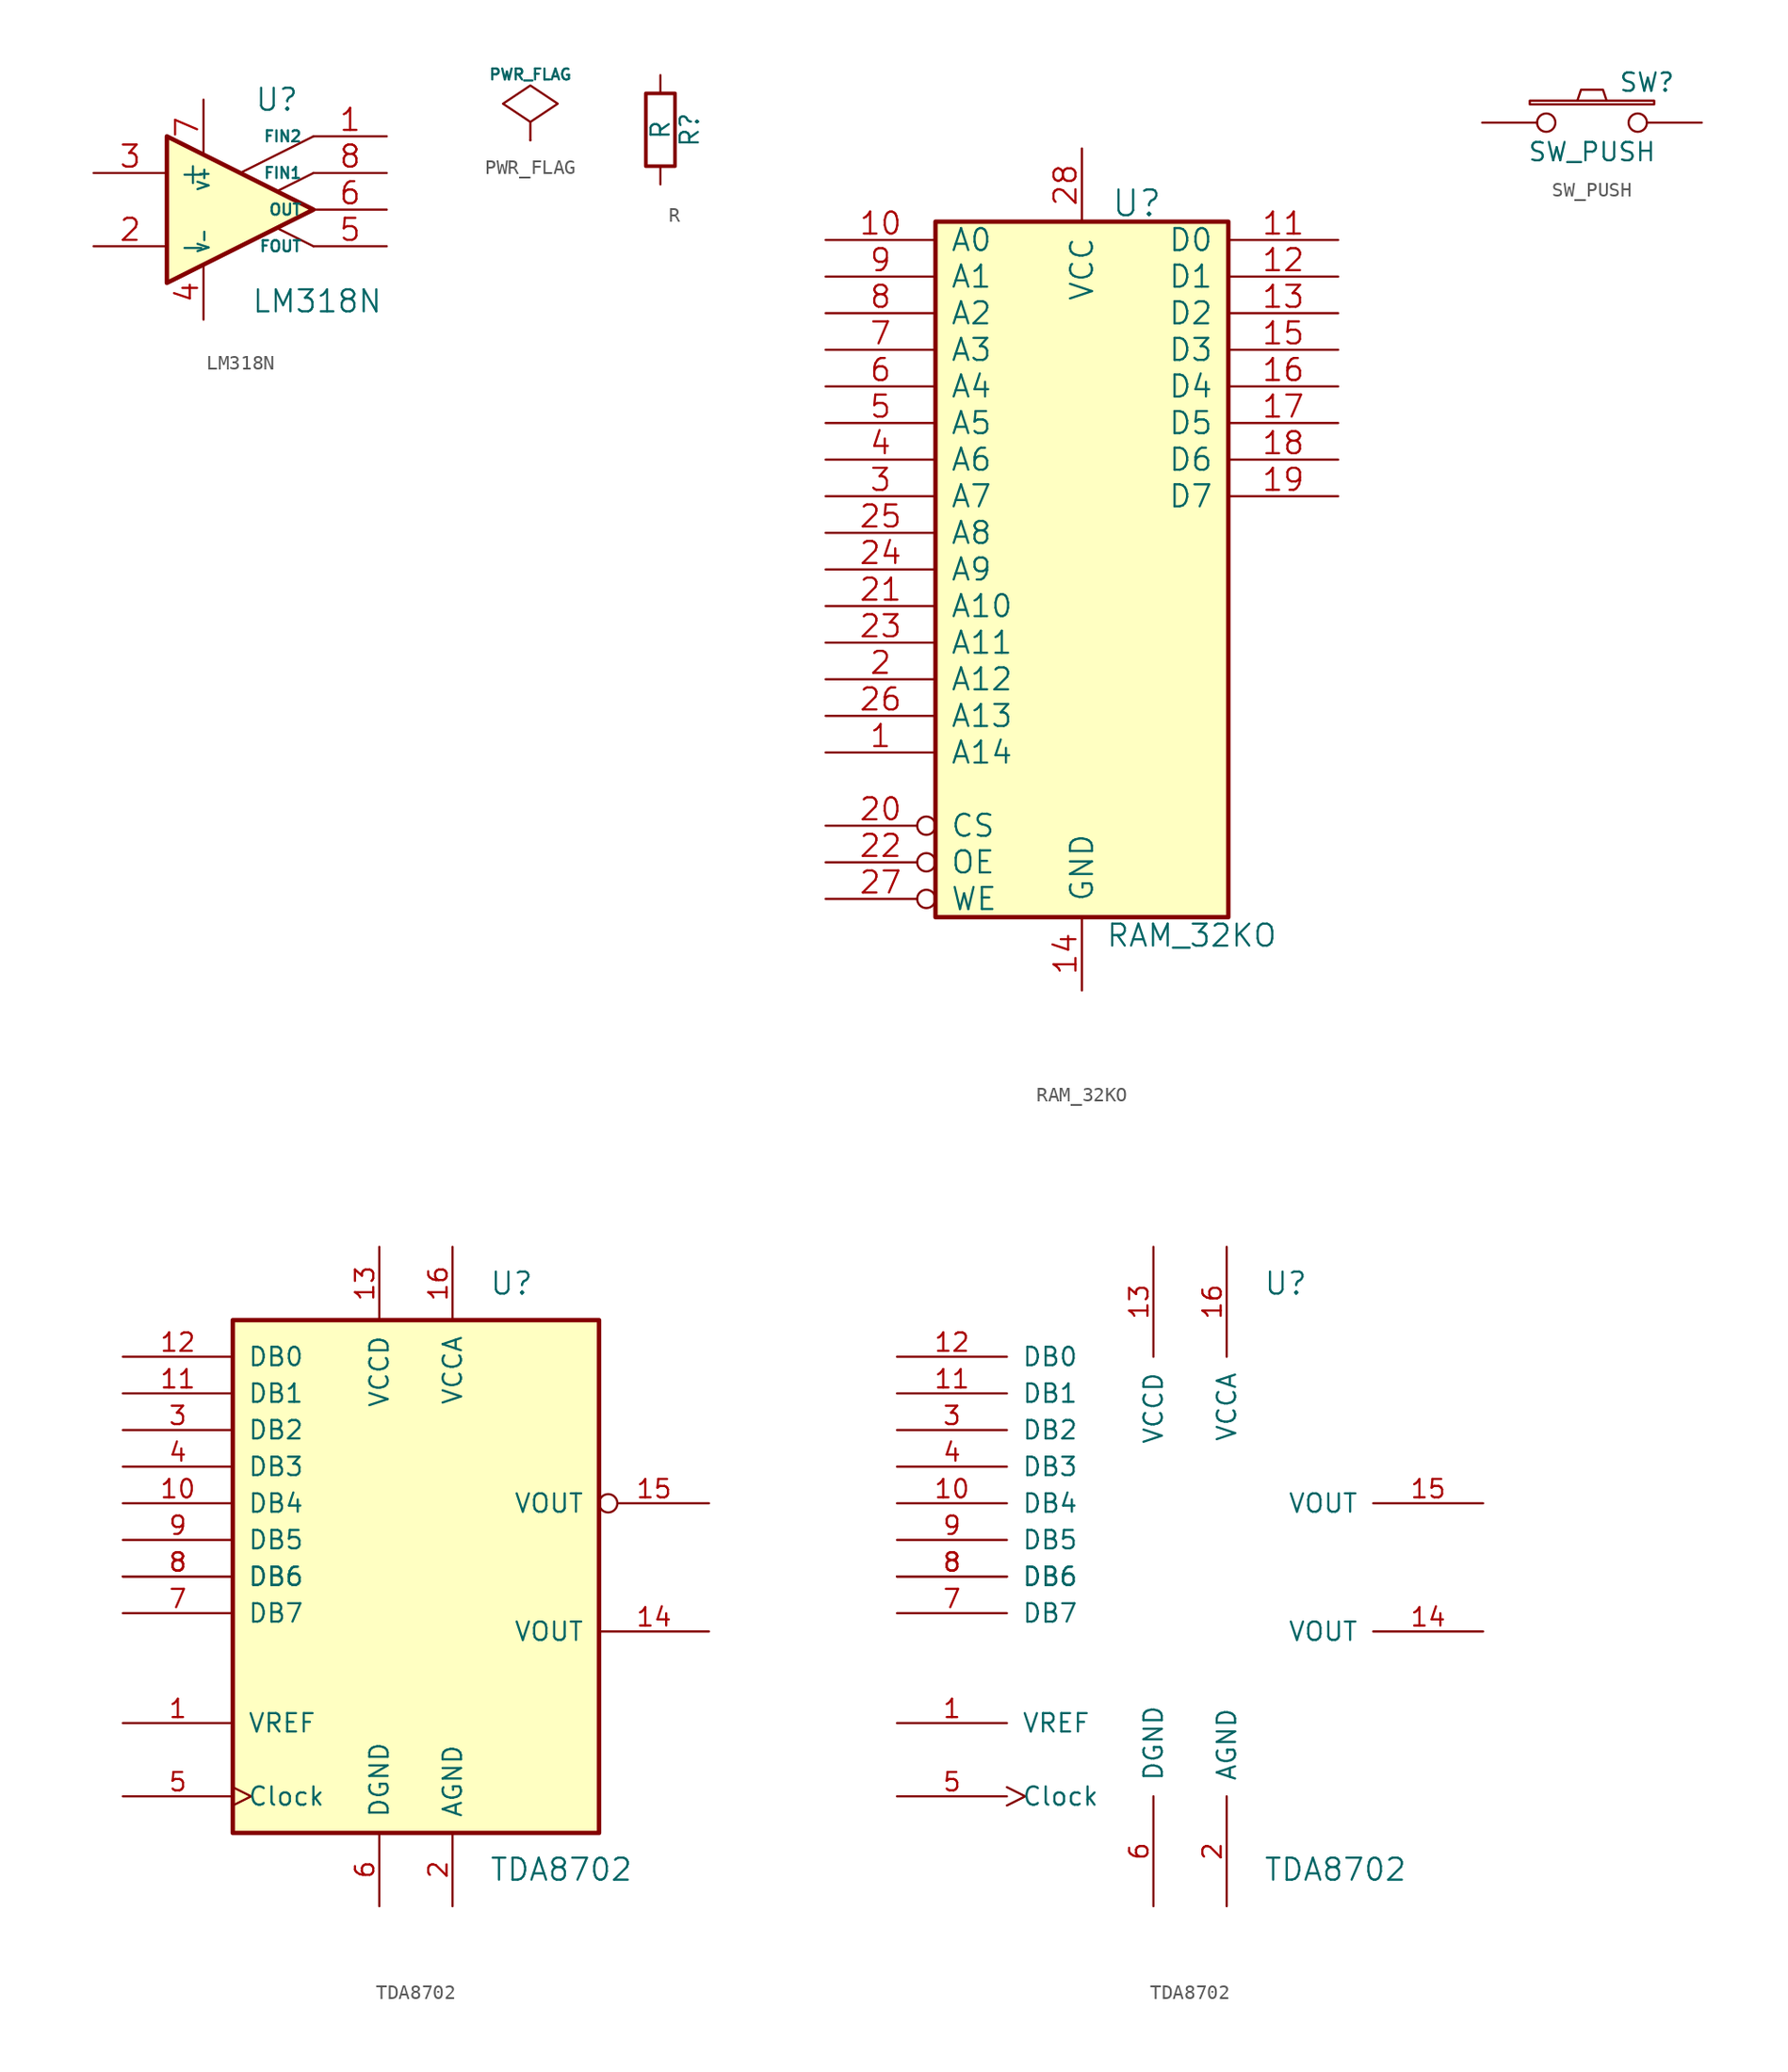
<source format=kicad_sym>
(kicad_symbol_lib
  (version 20201005)
  (generator kicad_symbol_editor)
  (symbol "carte_test_schlib:LM318N"
    (pin_names
      (offset 0.762))
    (property "Reference" "U"
      (at 2.54 7.62 0)
      (effects (font (size 1.524 1.524))))
    (property "Value" "LM318N"
      (at 5.334 -6.35 0)
      (effects (font (size 1.524 1.524))))
    (property "Footprint" ""
      (at 0 0 0)
      (effects (font (size 1.524 1.524))))
    (property "Datasheet" ""
      (at 0 0 0)
      (effects (font (size 1.524 1.524))))
    (symbol "LM318N_0_1"
      (polyline (pts (xy 5.08 -2.54) (xy 2.54 -1.27)) (stroke (width 0)) (fill (type none)))
      (polyline (pts (xy 5.08 2.54) (xy 2.54 1.27)) (stroke (width 0)) (fill (type none)))
      (polyline (pts (xy 5.08 5.08) (xy 0 2.54)) (stroke (width 0)) (fill (type none)))
      (polyline (pts (xy 5.08 0) (xy -5.08 5.08) (xy -5.08 -5.08) (xy 5.08 0)) (stroke (width 0.305)) (fill (type background))))
    (symbol "LM318N_1_1"
      (pin passive line (at 10.16 5.08 180) (length 5.08) (name "FIN2" (effects (font (size 0.762 0.762)))) (number "1" (effects (font (size 1.524 1.524)))))
      (pin input line (at -10.16 -2.54 0) (length 5.08) (name "-" (effects (font (size 1.524 1.524)))) (number "2" (effects (font (size 1.524 1.524)))))
      (pin input line (at -10.16 2.54 0) (length 5.08) (name "+" (effects (font (size 1.524 1.524)))) (number "3" (effects (font (size 1.524 1.524)))))
      (pin power_in line (at -2.54 -7.62 90) (length 3.81) (name "V-" (effects (font (size 0.762 0.762)))) (number "4" (effects (font (size 1.524 1.524)))))
      (pin passive line (at 10.16 -2.54 180) (length 5.08) (name "FOUT" (effects (font (size 0.762 0.762)))) (number "5" (effects (font (size 1.524 1.524)))))
      (pin output line (at 10.16 0 180) (length 5.08) (name "OUT" (effects (font (size 0.762 0.762)))) (number "6" (effects (font (size 1.524 1.524)))))
      (pin power_in line (at -2.54 7.62 270) (length 3.81) (name "V+" (effects (font (size 0.762 0.762)))) (number "7" (effects (font (size 1.524 1.524)))))
      (pin passive line (at 10.16 2.54 180) (length 5.08) (name "FIN1" (effects (font (size 0.762 0.762)))) (number "8" (effects (font (size 1.524 1.524)))))))
  (symbol "carte_test_schlib:PWR_FLAG"
    (power)
    (pin_numbers hide)
    (pin_names
      (offset 0) hide)
    (property "Reference" "#FLG"
      (at 0 2.413 0)
      (effects (font (size 0.762 0.762)) hide))
    (property "Value" "PWR_FLAG"
      (at 0 4.572 0)
      (effects (font (size 0.762 0.762))))
    (property "Footprint" ""
      (at 0 0 0)
      (effects (font (size 1.524 1.524))))
    (property "Datasheet" ""
      (at 0 0 0)
      (effects (font (size 1.524 1.524))))
    (symbol "PWR_FLAG_0_1"
      (polyline (pts (xy 0 0) (xy 0 1.27) (xy -1.905 2.54) (xy 0 3.81) (xy 1.905 2.54) (xy 0 1.27)) (stroke (width 0)) (fill (type none))))
    (symbol "PWR_FLAG_0_0"
      (pin power_out line (at 0 0 90) (length 0) (name "pwr" (effects (font (size 0.508 0.508)))) (number "1" (effects (font (size 0.508 0.508)))))))
  (symbol "carte_test_schlib:R"
    (pin_numbers hide)
    (pin_names
      (offset 0))
    (property "Reference" "R"
      (at 2.032 0 90)
      (effects (font (size 1.27 1.27))))
    (property "Value" "R"
      (at 0 0 90)
      (effects (font (size 1.27 1.27))))
    (symbol "R_0_1"
      (rectangle (start -1.016 -2.54) (end 1.016 2.54) (stroke (width 0.254)) (fill (type none))))
    (symbol "R_1_1"
      (pin passive line (at 0 3.81 270) (length 1.27) (name "~" (effects (font (size 1.27 1.27)))) (number "1" (effects (font (size 1.27 1.27)))))
      (pin passive line (at 0 -3.81 90) (length 1.27) (name "~" (effects (font (size 1.27 1.27)))) (number "2" (effects (font (size 1.27 1.27)))))))
  (symbol "carte_test_schlib:RAM_32KO"
    (pin_names
      (offset 1.016))
    (property "Reference" "U"
      (at 3.81 22.86 0)
      (effects (font (size 1.778 1.778))))
    (property "Value" "RAM_32KO"
      (at 7.62 -27.94 0)
      (effects (font (size 1.524 1.524))))
    (property "Footprint" ""
      (at 0 0 0)
      (effects (font (size 1.524 1.524))))
    (property "Datasheet" ""
      (at 0 0 0)
      (effects (font (size 1.524 1.524))))
    (symbol "RAM_32KO_0_1"
      (rectangle (start -10.16 21.59) (end 10.16 -26.67) (stroke (width 0.305)) (fill (type background))))
    (symbol "RAM_32KO_0_0"
      (pin power_in line (at 0 -31.75 90) (length 5.08) (name "GND" (effects (font (size 1.524 1.524)))) (number "14" (effects (font (size 1.524 1.524)))))
      (pin power_in line (at 0 26.67 270) (length 5.08) (name "VCC" (effects (font (size 1.524 1.524)))) (number "28" (effects (font (size 1.524 1.524))))))
    (symbol "RAM_32KO_1_1"
      (pin input line (at -17.78 -15.24 0) (length 7.62) (name "A14" (effects (font (size 1.524 1.524)))) (number "1" (effects (font (size 1.524 1.524)))))
      (pin input line (at -17.78 20.32 0) (length 7.62) (name "A0" (effects (font (size 1.524 1.524)))) (number "10" (effects (font (size 1.524 1.524)))))
      (pin tri_state line (at 17.78 20.32 180) (length 7.62) (name "D0" (effects (font (size 1.524 1.524)))) (number "11" (effects (font (size 1.524 1.524)))))
      (pin tri_state line (at 17.78 17.78 180) (length 7.62) (name "D1" (effects (font (size 1.524 1.524)))) (number "12" (effects (font (size 1.524 1.524)))))
      (pin tri_state line (at 17.78 15.24 180) (length 7.62) (name "D2" (effects (font (size 1.524 1.524)))) (number "13" (effects (font (size 1.524 1.524)))))
      (pin tri_state line (at 17.78 12.7 180) (length 7.62) (name "D3" (effects (font (size 1.524 1.524)))) (number "15" (effects (font (size 1.524 1.524)))))
      (pin tri_state line (at 17.78 10.16 180) (length 7.62) (name "D4" (effects (font (size 1.524 1.524)))) (number "16" (effects (font (size 1.524 1.524)))))
      (pin tri_state line (at 17.78 7.62 180) (length 7.62) (name "D5" (effects (font (size 1.524 1.524)))) (number "17" (effects (font (size 1.524 1.524)))))
      (pin tri_state line (at 17.78 5.08 180) (length 7.62) (name "D6" (effects (font (size 1.524 1.524)))) (number "18" (effects (font (size 1.524 1.524)))))
      (pin tri_state line (at 17.78 2.54 180) (length 7.62) (name "D7" (effects (font (size 1.524 1.524)))) (number "19" (effects (font (size 1.524 1.524)))))
      (pin input line (at -17.78 -10.16 0) (length 7.62) (name "A12" (effects (font (size 1.524 1.524)))) (number "2" (effects (font (size 1.524 1.524)))))
      (pin input inverted (at -17.78 -20.32 0) (length 7.62) (name "CS" (effects (font (size 1.524 1.524)))) (number "20" (effects (font (size 1.524 1.524)))))
      (pin input line (at -17.78 -5.08 0) (length 7.62) (name "A10" (effects (font (size 1.524 1.524)))) (number "21" (effects (font (size 1.524 1.524)))))
      (pin input inverted (at -17.78 -22.86 0) (length 7.62) (name "OE" (effects (font (size 1.524 1.524)))) (number "22" (effects (font (size 1.524 1.524)))))
      (pin input line (at -17.78 -7.62 0) (length 7.62) (name "A11" (effects (font (size 1.524 1.524)))) (number "23" (effects (font (size 1.524 1.524)))))
      (pin input line (at -17.78 -2.54 0) (length 7.62) (name "A9" (effects (font (size 1.524 1.524)))) (number "24" (effects (font (size 1.524 1.524)))))
      (pin input line (at -17.78 0 0) (length 7.62) (name "A8" (effects (font (size 1.524 1.524)))) (number "25" (effects (font (size 1.524 1.524)))))
      (pin input line (at -17.78 -12.7 0) (length 7.62) (name "A13" (effects (font (size 1.524 1.524)))) (number "26" (effects (font (size 1.524 1.524)))))
      (pin input inverted (at -17.78 -25.4 0) (length 7.62) (name "WE" (effects (font (size 1.524 1.524)))) (number "27" (effects (font (size 1.524 1.524)))))
      (pin input line (at -17.78 2.54 0) (length 7.62) (name "A7" (effects (font (size 1.524 1.524)))) (number "3" (effects (font (size 1.524 1.524)))))
      (pin input line (at -17.78 5.08 0) (length 7.62) (name "A6" (effects (font (size 1.524 1.524)))) (number "4" (effects (font (size 1.524 1.524)))))
      (pin input line (at -17.78 7.62 0) (length 7.62) (name "A5" (effects (font (size 1.524 1.524)))) (number "5" (effects (font (size 1.524 1.524)))))
      (pin input line (at -17.78 10.16 0) (length 7.62) (name "A4" (effects (font (size 1.524 1.524)))) (number "6" (effects (font (size 1.524 1.524)))))
      (pin input line (at -17.78 12.7 0) (length 7.62) (name "A3" (effects (font (size 1.524 1.524)))) (number "7" (effects (font (size 1.524 1.524)))))
      (pin input line (at -17.78 15.24 0) (length 7.62) (name "A2" (effects (font (size 1.524 1.524)))) (number "8" (effects (font (size 1.524 1.524)))))
      (pin input line (at -17.78 17.78 0) (length 7.62) (name "A1" (effects (font (size 1.524 1.524)))) (number "9" (effects (font (size 1.524 1.524)))))))
  (symbol "carte_test_schlib:SW_PUSH"
    (pin_numbers hide)
    (pin_names
      (offset 1.016) hide)
    (property "Reference" "SW"
      (at 3.81 2.794 0)
      (effects (font (size 1.27 1.27))))
    (property "Value" "SW_PUSH"
      (at 0 -2.032 0)
      (effects (font (size 1.27 1.27))))
    (property "Footprint" ""
      (at 0 0 0)
      (effects (font (size 1.524 1.524))))
    (property "Datasheet" ""
      (at 0 0 0)
      (effects (font (size 1.524 1.524))))
    (symbol "SW_PUSH_0_1"
      (rectangle (start -4.318 1.27) (end 4.318 1.524) (stroke (width 0)) (fill (type none)))
      (polyline (pts (xy -1.016 1.524) (xy -0.762 2.286) (xy 0.762 2.286) (xy 1.016 1.524)) (stroke (width 0)) (fill (type none)))
      (pin passive inverted (at -7.62 0 0) (length 5.08) (name "1" (effects (font (size 1.524 1.524)))) (number "1" (effects (font (size 1.524 1.524)))))
      (pin passive inverted (at 7.62 0 180) (length 5.08) (name "2" (effects (font (size 1.524 1.524)))) (number "2" (effects (font (size 1.524 1.524)))))))
  (symbol "carte_test_schlib:TDA8702"
    (pin_names
      (offset 1.016))
    (property "Reference" "U"
      (at 5.08 20.32 0)
      (effects (font (size 1.524 1.524)) (justify left)))
    (property "Value" "TDA8702"
      (at 5.08 -20.32 0)
      (effects (font (size 1.524 1.524)) (justify left)))
    (property "Footprint" ""
      (at 0 0 0)
      (effects (font (size 1.524 1.524))))
    (property "Datasheet" ""
      (at 0 0 0)
      (effects (font (size 1.524 1.524))))
    (symbol "TDA8702_0_1"
      (rectangle (start -12.7 17.78) (end 12.7 -17.78) (stroke (width 0.305)) (fill (type background))))
    (symbol "TDA8702_1_1"
      (pin bidirectional line (at -20.32 -10.16 0) (length 7.62) (name "VREF" (effects (font (size 1.27 1.27)))) (number "1" (effects (font (size 1.27 1.27)))))
      (pin input line (at -20.32 5.08 0) (length 7.62) (name "DB4" (effects (font (size 1.27 1.27)))) (number "10" (effects (font (size 1.27 1.27)))))
      (pin input line (at -20.32 12.7 0) (length 7.62) (name "DB1" (effects (font (size 1.27 1.27)))) (number "11" (effects (font (size 1.27 1.27)))))
      (pin input line (at -20.32 15.24 0) (length 7.62) (name "DB0" (effects (font (size 1.27 1.27)))) (number "12" (effects (font (size 1.27 1.27)))))
      (pin power_in line (at -2.54 22.86 270) (length 5.08) (name "VCCD" (effects (font (size 1.27 1.27)))) (number "13" (effects (font (size 1.27 1.27)))))
      (pin output line (at 20.32 -3.81 180) (length 7.62) (name "VOUT" (effects (font (size 1.27 1.27)))) (number "14" (effects (font (size 1.27 1.27)))))
      (pin output inverted (at 20.32 5.08 180) (length 7.62) (name "VOUT" (effects (font (size 1.27 1.27)))) (number "15" (effects (font (size 1.27 1.27)))))
      (pin power_in line (at 2.54 22.86 270) (length 5.08) (name "VCCA" (effects (font (size 1.27 1.27)))) (number "16" (effects (font (size 1.27 1.27)))))
      (pin power_in line (at 2.54 -22.86 90) (length 5.08) (name "AGND" (effects (font (size 1.27 1.27)))) (number "2" (effects (font (size 1.27 1.27)))))
      (pin input line (at -20.32 10.16 0) (length 7.62) (name "DB2" (effects (font (size 1.27 1.27)))) (number "3" (effects (font (size 1.27 1.27)))))
      (pin input line (at -20.32 7.62 0) (length 7.62) (name "DB3" (effects (font (size 1.27 1.27)))) (number "4" (effects (font (size 1.27 1.27)))))
      (pin input clock (at -20.32 -15.24 0) (length 7.62) (name "Clock" (effects (font (size 1.27 1.27)))) (number "5" (effects (font (size 1.27 1.27)))))
      (pin power_in line (at -2.54 -22.86 90) (length 5.08) (name "DGND" (effects (font (size 1.27 1.27)))) (number "6" (effects (font (size 1.27 1.27)))))
      (pin input line (at -20.32 -2.54 0) (length 7.62) (name "DB7" (effects (font (size 1.27 1.27)))) (number "7" (effects (font (size 1.27 1.27)))))
      (pin input line (at -20.32 0 0) (length 7.62) (name "DB6" (effects (font (size 1.27 1.27)))) (number "8" (effects (font (size 1.27 1.27)))))
      (pin input line (at -20.32 0 0) (length 7.62) (name "DB6" (effects (font (size 1.27 1.27)))) (number "8" (effects (font (size 1.27 1.27)))))
      (pin input line (at -20.32 2.54 0) (length 7.62) (name "DB5" (effects (font (size 1.27 1.27)))) (number "9" (effects (font (size 1.27 1.27))))))
    (symbol "TDA8702_1_2"
      (pin bidirectional line (at -20.32 -10.16 0) (length 7.62) (name "VREF" (effects (font (size 1.27 1.27)))) (number "1" (effects (font (size 1.27 1.27)))))
      (pin input line (at -20.32 5.08 0) (length 7.62) (name "DB4" (effects (font (size 1.27 1.27)))) (number "10" (effects (font (size 1.27 1.27)))))
      (pin input line (at -20.32 12.7 0) (length 7.62) (name "DB1" (effects (font (size 1.27 1.27)))) (number "11" (effects (font (size 1.27 1.27)))))
      (pin input line (at -20.32 15.24 0) (length 7.62) (name "DB0" (effects (font (size 1.27 1.27)))) (number "12" (effects (font (size 1.27 1.27)))))
      (pin power_in line (at -2.54 22.86 270) (length 7.62) (name "VCCD" (effects (font (size 1.27 1.27)))) (number "13" (effects (font (size 1.27 1.27)))))
      (pin output line (at 20.32 -3.81 180) (length 7.62) (name "VOUT" (effects (font (size 1.27 1.27)))) (number "14" (effects (font (size 1.27 1.27)))))
      (pin output line (at 20.32 5.08 180) (length 7.62) (name "VOUT" (effects (font (size 1.27 1.27)))) (number "15" (effects (font (size 1.27 1.27)))))
      (pin power_in line (at 2.54 22.86 270) (length 7.62) (name "VCCA" (effects (font (size 1.27 1.27)))) (number "16" (effects (font (size 1.27 1.27)))))
      (pin power_in line (at 2.54 -22.86 90) (length 7.62) (name "AGND" (effects (font (size 1.27 1.27)))) (number "2" (effects (font (size 1.27 1.27)))))
      (pin input line (at -20.32 10.16 0) (length 7.62) (name "DB2" (effects (font (size 1.27 1.27)))) (number "3" (effects (font (size 1.27 1.27)))))
      (pin input line (at -20.32 7.62 0) (length 7.62) (name "DB3" (effects (font (size 1.27 1.27)))) (number "4" (effects (font (size 1.27 1.27)))))
      (pin input clock (at -20.32 -15.24 0) (length 7.62) (name "Clock" (effects (font (size 1.27 1.27)))) (number "5" (effects (font (size 1.27 1.27)))))
      (pin power_in line (at -2.54 -22.86 90) (length 7.62) (name "DGND" (effects (font (size 1.27 1.27)))) (number "6" (effects (font (size 1.27 1.27)))))
      (pin input line (at -20.32 -2.54 0) (length 7.62) (name "DB7" (effects (font (size 1.27 1.27)))) (number "7" (effects (font (size 1.27 1.27)))))
      (pin input line (at -20.32 0 0) (length 7.62) (name "DB6" (effects (font (size 1.27 1.27)))) (number "8" (effects (font (size 1.27 1.27)))))
      (pin input line (at -20.32 0 0) (length 7.62) (name "DB6" (effects (font (size 1.27 1.27)))) (number "8" (effects (font (size 1.27 1.27)))))
      (pin input line (at -20.32 2.54 0) (length 7.62) (name "DB5" (effects (font (size 1.27 1.27)))) (number "9" (effects (font (size 1.27 1.27))))))))
</source>
